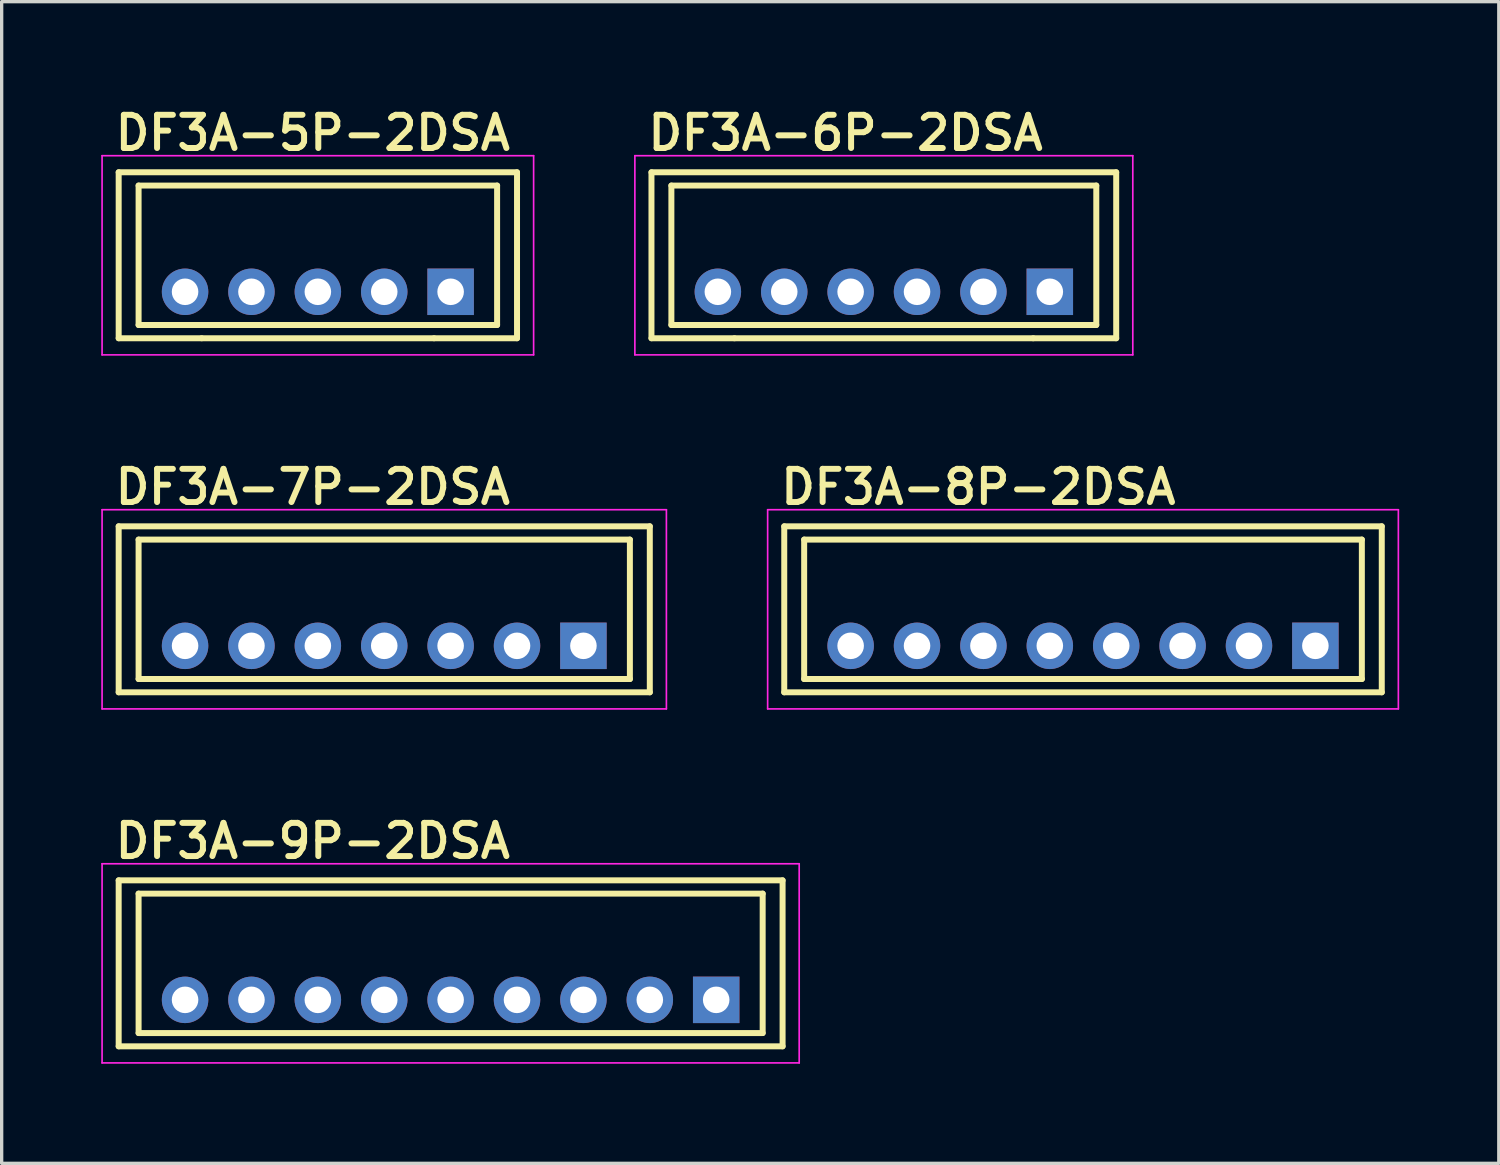
<source format=kicad_pcb>
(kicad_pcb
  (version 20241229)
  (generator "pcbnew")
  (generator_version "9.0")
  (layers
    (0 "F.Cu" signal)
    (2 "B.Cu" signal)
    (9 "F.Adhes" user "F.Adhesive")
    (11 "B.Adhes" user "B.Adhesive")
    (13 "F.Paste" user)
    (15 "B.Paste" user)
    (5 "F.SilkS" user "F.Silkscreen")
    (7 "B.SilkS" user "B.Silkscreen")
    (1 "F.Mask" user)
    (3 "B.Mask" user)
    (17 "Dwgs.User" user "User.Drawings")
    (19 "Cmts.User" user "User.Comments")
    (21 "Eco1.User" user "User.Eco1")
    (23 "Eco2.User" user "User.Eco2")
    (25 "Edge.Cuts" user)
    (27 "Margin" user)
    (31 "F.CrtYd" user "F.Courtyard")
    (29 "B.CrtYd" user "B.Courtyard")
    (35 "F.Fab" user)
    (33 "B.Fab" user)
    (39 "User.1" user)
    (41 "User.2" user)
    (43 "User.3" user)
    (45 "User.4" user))
  (footprint "DF3A-8P-2DSA"
    (layer "F.Cu")
    (at 29.575 16.405)
    (property "Reference" "DF3A-8P-2DSA" (at -9.2 -4.2 0) (layer "F.SilkS") (effects (font (size 1 1) (thickness 0.18)) (justify left bottom)))
    (attr through_hole)
    (fp_line (start -9 -3.6) (end 9 -3.6) (stroke (width 0.18) (type solid)) (layer "F.SilkS"))
    (fp_line (start -9 1.4) (end -9 -3.6) (stroke (width 0.18) (type solid)) (layer "F.SilkS"))
    (fp_line (start -8.4 -3.2) (end -8.4 1) (stroke (width 0.18) (type solid)) (layer "F.SilkS"))
    (fp_line (start -8.4 -3.2) (end 8.4 -3.2) (stroke (width 0.18) (type solid)) (layer "F.SilkS"))
    (fp_line (start -8.4 1) (end 8.4 1) (stroke (width 0.18) (type solid)) (layer "F.SilkS"))
    (fp_line (start 8.4 -3.2) (end 8.4 1) (stroke (width 0.18) (type solid)) (layer "F.SilkS"))
    (fp_line (start 9 -3.6) (end 9 1.4) (stroke (width 0.18) (type solid)) (layer "F.SilkS"))
    (fp_line (start 9 1.4) (end -9 1.4) (stroke (width 0.18) (type solid)) (layer "F.SilkS"))
    (fp_line (start -9.5 -4.1) (end 9.5 -4.1) (stroke (width 0.05) (type solid)) (layer "F.CrtYd"))
    (fp_line (start -9.5 1.9) (end -9.5 -4.1) (stroke (width 0.05) (type solid)) (layer "F.CrtYd"))
    (fp_line (start 9.5 -4.1) (end 9.5 1.9) (stroke (width 0.05) (type solid)) (layer "F.CrtYd"))
    (fp_line (start 9.5 1.9) (end -9.5 1.9) (stroke (width 0.05) (type solid)) (layer "F.CrtYd"))
    (pad "1" thru_hole rect (at 7 0) (size 1.4 1.4) (drill 0.8) (layers "*.Cu" "*.Mask"))
    (pad "2" thru_hole circle (at 5 0) (size 1.4 1.4) (drill 0.8) (layers "*.Cu" "*.Mask"))
    (pad "3" thru_hole circle (at 3 0) (size 1.4 1.4) (drill 0.8) (layers "*.Cu" "*.Mask"))
    (pad "4" thru_hole circle (at 1 0) (size 1.4 1.4) (drill 0.8) (layers "*.Cu" "*.Mask"))
    (pad "5" thru_hole circle (at -1 0) (size 1.4 1.4) (drill 0.8) (layers "*.Cu" "*.Mask"))
    (pad "6" thru_hole circle (at -3 0) (size 1.4 1.4) (drill 0.8) (layers "*.Cu" "*.Mask"))
    (pad "7" thru_hole circle (at -5 0) (size 1.4 1.4) (drill 0.8) (layers "*.Cu" "*.Mask"))
    (pad "8" thru_hole circle (at -7 0) (size 1.4 1.4) (drill 0.8) (layers "*.Cu" "*.Mask")))
  (footprint "DF3A-6P-2DSA"
    (layer "F.Cu")
    (at 23.575 5.74)
    (property "Reference" "DF3A-6P-2DSA" (at -7.2 -4.2 0) (layer "F.SilkS") (effects (font (size 1 1) (thickness 0.18)) (justify left bottom)))
    (attr through_hole)
    (fp_line (start -7 -3.6) (end 7 -3.6) (stroke (width 0.18) (type solid)) (layer "F.SilkS"))
    (fp_line (start -7 1.4) (end -7 -3.6) (stroke (width 0.18) (type solid)) (layer "F.SilkS"))
    (fp_line (start -6.4 -3.2) (end -6.4 1) (stroke (width 0.18) (type solid)) (layer "F.SilkS"))
    (fp_line (start -6.4 -3.2) (end 6.4 -3.2) (stroke (width 0.18) (type solid)) (layer "F.SilkS"))
    (fp_line (start -6.4 1) (end 6.4 1) (stroke (width 0.18) (type solid)) (layer "F.SilkS"))
    (fp_line (start -4.5 1.4) (end -7 1.4) (stroke (width 0.18) (type solid)) (layer "F.SilkS"))
    (fp_line (start 4.5 1.4) (end -4.5 1.4) (stroke (width 0.18) (type solid)) (layer "F.SilkS"))
    (fp_line (start 6.4 -3.2) (end 6.4 1) (stroke (width 0.18) (type solid)) (layer "F.SilkS"))
    (fp_line (start 7 -3.6) (end 7 1.4) (stroke (width 0.18) (type solid)) (layer "F.SilkS"))
    (fp_line (start 7 1.4) (end 4.5 1.4) (stroke (width 0.18) (type solid)) (layer "F.SilkS"))
    (fp_line (start -7.5 -4.1) (end 7.5 -4.1) (stroke (width 0.05) (type solid)) (layer "F.CrtYd"))
    (fp_line (start -7.5 1.9) (end -7.5 -4.1) (stroke (width 0.05) (type solid)) (layer "F.CrtYd"))
    (fp_line (start 7.5 -4.1) (end 7.5 1.9) (stroke (width 0.05) (type solid)) (layer "F.CrtYd"))
    (fp_line (start 7.5 1.9) (end -7.5 1.9) (stroke (width 0.05) (type solid)) (layer "F.CrtYd"))
    (pad "1" thru_hole rect (at 5 0) (size 1.4 1.4) (drill 0.8) (layers "*.Cu" "*.Mask"))
    (pad "2" thru_hole circle (at 3 0) (size 1.4 1.4) (drill 0.8) (layers "*.Cu" "*.Mask"))
    (pad "3" thru_hole circle (at 1 0) (size 1.4 1.4) (drill 0.8) (layers "*.Cu" "*.Mask"))
    (pad "4" thru_hole circle (at -1 0) (size 1.4 1.4) (drill 0.8) (layers "*.Cu" "*.Mask"))
    (pad "5" thru_hole circle (at -3 0) (size 1.4 1.4) (drill 0.8) (layers "*.Cu" "*.Mask"))
    (pad "6" thru_hole circle (at -5 0) (size 1.4 1.4) (drill 0.8) (layers "*.Cu" "*.Mask")))
  (footprint "DF3A-9P-2DSA"
    (layer "F.Cu")
    (at 10.525 27.07)
    (property "Reference" "DF3A-9P-2DSA" (at -10.2 -4.2 0) (layer "F.SilkS") (effects (font (size 1 1) (thickness 0.18)) (justify left bottom)))
    (attr through_hole)
    (fp_line (start -10 -3.6) (end 10 -3.6) (stroke (width 0.18) (type solid)) (layer "F.SilkS"))
    (fp_line (start -10 1.4) (end -10 -3.6) (stroke (width 0.18) (type solid)) (layer "F.SilkS"))
    (fp_line (start -9.4 -3.2) (end -9.4 1) (stroke (width 0.18) (type solid)) (layer "F.SilkS"))
    (fp_line (start -9.4 -3.2) (end 9.4 -3.2) (stroke (width 0.18) (type solid)) (layer "F.SilkS"))
    (fp_line (start -9.4 1) (end 9.4 1) (stroke (width 0.18) (type solid)) (layer "F.SilkS"))
    (fp_line (start 9.4 -3.2) (end 9.4 1) (stroke (width 0.18) (type solid)) (layer "F.SilkS"))
    (fp_line (start 10 -3.6) (end 10 1.4) (stroke (width 0.18) (type solid)) (layer "F.SilkS"))
    (fp_line (start 10 1.4) (end -10 1.4) (stroke (width 0.18) (type solid)) (layer "F.SilkS"))
    (fp_line (start -10.5 -4.1) (end 10.5 -4.1) (stroke (width 0.05) (type solid)) (layer "F.CrtYd"))
    (fp_line (start -10.5 1.9) (end -10.5 -4.1) (stroke (width 0.05) (type solid)) (layer "F.CrtYd"))
    (fp_line (start 10.5 -4.1) (end 10.5 1.9) (stroke (width 0.05) (type solid)) (layer "F.CrtYd"))
    (fp_line (start 10.5 1.9) (end -10.5 1.9) (stroke (width 0.05) (type solid)) (layer "F.CrtYd"))
    (pad "1" thru_hole rect (at 8 0) (size 1.4 1.4) (drill 0.8) (layers "*.Cu" "*.Mask"))
    (pad "2" thru_hole circle (at 6 0) (size 1.4 1.4) (drill 0.8) (layers "*.Cu" "*.Mask"))
    (pad "3" thru_hole circle (at 4 0) (size 1.4 1.4) (drill 0.8) (layers "*.Cu" "*.Mask"))
    (pad "4" thru_hole circle (at 2 0) (size 1.4 1.4) (drill 0.8) (layers "*.Cu" "*.Mask"))
    (pad "5" thru_hole circle (at 0 0) (size 1.4 1.4) (drill 0.8) (layers "*.Cu" "*.Mask"))
    (pad "6" thru_hole circle (at -2 0) (size 1.4 1.4) (drill 0.8) (layers "*.Cu" "*.Mask"))
    (pad "7" thru_hole circle (at -4 0) (size 1.4 1.4) (drill 0.8) (layers "*.Cu" "*.Mask"))
    (pad "8" thru_hole circle (at -6 0) (size 1.4 1.4) (drill 0.8) (layers "*.Cu" "*.Mask"))
    (pad "9" thru_hole circle (at -8 0) (size 1.4 1.4) (drill 0.8) (layers "*.Cu" "*.Mask")))
  (footprint "DF3A-7P-2DSA"
    (layer "F.Cu")
    (at 8.525 16.405)
    (property "Reference" "DF3A-7P-2DSA" (at -8.2 -4.2 0) (layer "F.SilkS") (effects (font (size 1 1) (thickness 0.18)) (justify left bottom)))
    (attr through_hole)
    (fp_line (start -8 -3.6) (end 8 -3.6) (stroke (width 0.18) (type solid)) (layer "F.SilkS"))
    (fp_line (start -8 1.4) (end -8 -3.6) (stroke (width 0.18) (type solid)) (layer "F.SilkS"))
    (fp_line (start -7.4 -3.2) (end -7.4 1) (stroke (width 0.18) (type solid)) (layer "F.SilkS"))
    (fp_line (start -7.4 -3.2) (end 7.4 -3.2) (stroke (width 0.18) (type solid)) (layer "F.SilkS"))
    (fp_line (start -7.4 1) (end 7.4 1) (stroke (width 0.18) (type solid)) (layer "F.SilkS"))
    (fp_line (start 7.4 -3.2) (end 7.4 1) (stroke (width 0.18) (type solid)) (layer "F.SilkS"))
    (fp_line (start 8 -3.6) (end 8 1.4) (stroke (width 0.18) (type solid)) (layer "F.SilkS"))
    (fp_line (start 8 1.4) (end -8 1.4) (stroke (width 0.18) (type solid)) (layer "F.SilkS"))
    (fp_line (start -8.5 -4.1) (end 8.5 -4.1) (stroke (width 0.05) (type solid)) (layer "F.CrtYd"))
    (fp_line (start -8.5 1.9) (end -8.5 -4.1) (stroke (width 0.05) (type solid)) (layer "F.CrtYd"))
    (fp_line (start 8.5 -4.1) (end 8.5 1.9) (stroke (width 0.05) (type solid)) (layer "F.CrtYd"))
    (fp_line (start 8.5 1.9) (end -8.5 1.9) (stroke (width 0.05) (type solid)) (layer "F.CrtYd"))
    (pad "1" thru_hole rect (at 6 0) (size 1.4 1.4) (drill 0.8) (layers "*.Cu" "*.Mask"))
    (pad "2" thru_hole circle (at 4 0) (size 1.4 1.4) (drill 0.8) (layers "*.Cu" "*.Mask"))
    (pad "3" thru_hole circle (at 2 0) (size 1.4 1.4) (drill 0.8) (layers "*.Cu" "*.Mask"))
    (pad "4" thru_hole circle (at 0 0) (size 1.4 1.4) (drill 0.8) (layers "*.Cu" "*.Mask"))
    (pad "5" thru_hole circle (at -2 0) (size 1.4 1.4) (drill 0.8) (layers "*.Cu" "*.Mask"))
    (pad "6" thru_hole circle (at -4 0) (size 1.4 1.4) (drill 0.8) (layers "*.Cu" "*.Mask"))
    (pad "7" thru_hole circle (at -6 0) (size 1.4 1.4) (drill 0.8) (layers "*.Cu" "*.Mask")))
  (footprint "DF3A-5P-2DSA"
    (layer "F.Cu")
    (at 6.525 5.74)
    (property "Reference" "DF3A-5P-2DSA" (at -6.2 -4.2 0) (layer "F.SilkS") (effects (font (size 1 1) (thickness 0.18)) (justify left bottom)))
    (attr through_hole)
    (fp_line (start -6 -3.6) (end 6 -3.6) (stroke (width 0.18) (type solid)) (layer "F.SilkS"))
    (fp_line (start -6 1.4) (end -6 -3.6) (stroke (width 0.18) (type solid)) (layer "F.SilkS"))
    (fp_line (start -5.4 -3.2) (end -5.4 1) (stroke (width 0.18) (type solid)) (layer "F.SilkS"))
    (fp_line (start -5.4 -3.2) (end 5.4 -3.2) (stroke (width 0.18) (type solid)) (layer "F.SilkS"))
    (fp_line (start -5.4 1) (end 5.4 1) (stroke (width 0.18) (type solid)) (layer "F.SilkS"))
    (fp_line (start -3.5 1.4) (end -6 1.4) (stroke (width 0.18) (type solid)) (layer "F.SilkS"))
    (fp_line (start 3.5 1.4) (end -3.5 1.4) (stroke (width 0.18) (type solid)) (layer "F.SilkS"))
    (fp_line (start 5.4 -3.2) (end 5.4 1) (stroke (width 0.18) (type solid)) (layer "F.SilkS"))
    (fp_line (start 6 -3.6) (end 6 1.4) (stroke (width 0.18) (type solid)) (layer "F.SilkS"))
    (fp_line (start 6 1.4) (end 3.5 1.4) (stroke (width 0.18) (type solid)) (layer "F.SilkS"))
    (fp_line (start -6.5 -4.1) (end 6.5 -4.1) (stroke (width 0.05) (type solid)) (layer "F.CrtYd"))
    (fp_line (start -6.5 1.9) (end -6.5 -4.1) (stroke (width 0.05) (type solid)) (layer "F.CrtYd"))
    (fp_line (start 6.5 -4.1) (end 6.5 1.9) (stroke (width 0.05) (type solid)) (layer "F.CrtYd"))
    (fp_line (start 6.5 1.9) (end -6.5 1.9) (stroke (width 0.05) (type solid)) (layer "F.CrtYd"))
    (pad "1" thru_hole rect (at 4 0) (size 1.4 1.4) (drill 0.8) (layers "*.Cu" "*.Mask"))
    (pad "2" thru_hole circle (at 2 0) (size 1.4 1.4) (drill 0.8) (layers "*.Cu" "*.Mask"))
    (pad "3" thru_hole circle (at 0 0) (size 1.4 1.4) (drill 0.8) (layers "*.Cu" "*.Mask"))
    (pad "4" thru_hole circle (at -2 0) (size 1.4 1.4) (drill 0.8) (layers "*.Cu" "*.Mask"))
    (pad "5" thru_hole circle (at -4 0) (size 1.4 1.4) (drill 0.8) (layers "*.Cu" "*.Mask")))
  (gr_rect
    (start -3 -3)
    (end 42.1 31.995)
    (stroke (width 0.1) (type default))
    (fill no)
    (layer "Edge.Cuts")))
</source>
